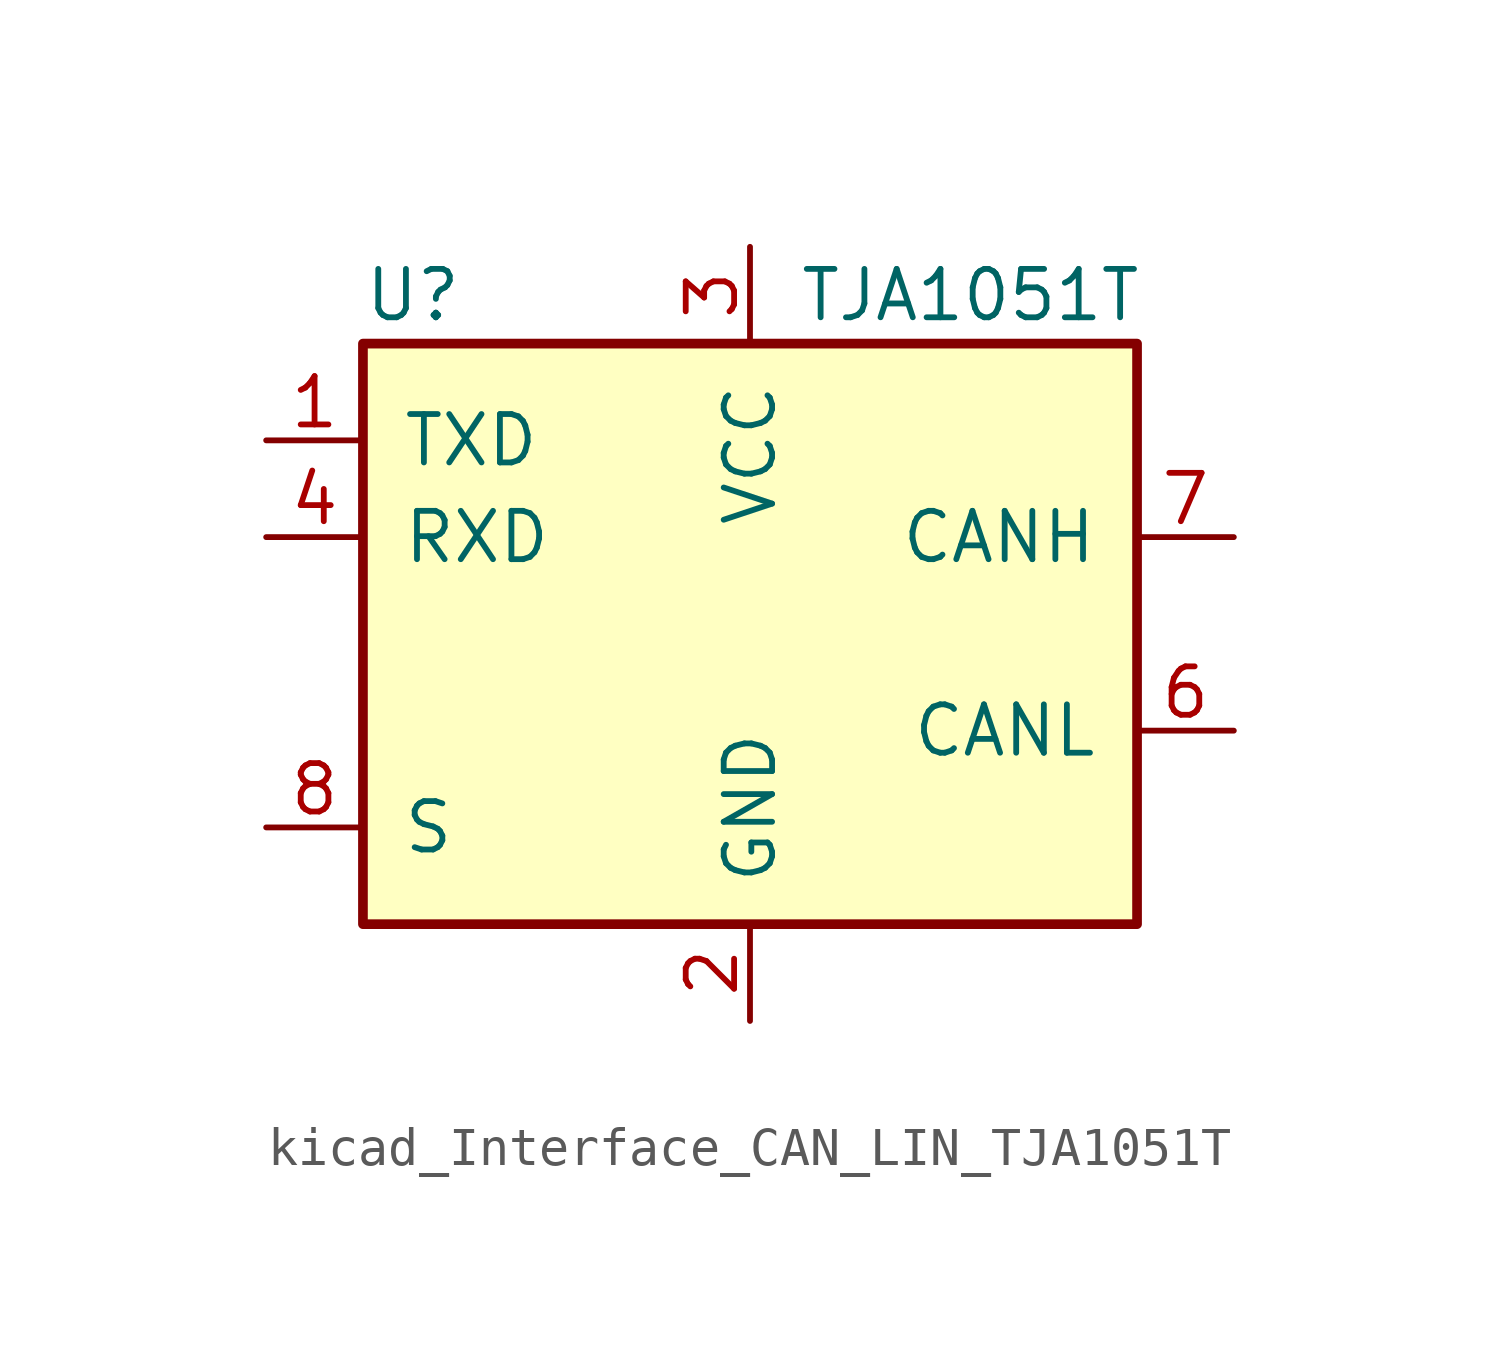
<source format=kicad_sym>
(kicad_symbol_lib
  (version 20220914)
  (generator kicad_symbol_editor)
  (symbol "kicad_Interface_CAN_LIN_TJA1051T"
    (pin_names
      (offset 1.016))
    (property "Reference" "U"
      (at -10.16 8.89 0)
      (effects (font (size 1.27 1.27)) (justify left)))
    (property "Value" "TJA1051T"
      (at 1.27 8.89 0)
      (effects (font (size 1.27 1.27)) (justify left)))
    (symbol "kicad_Interface_CAN_LIN_TJA1051T_0_1"
      (rectangle (start -10.16 7.62) (end 10.16 -7.62) (stroke (width 0.254) (type default)) (fill (type background))))
    (symbol "kicad_Interface_CAN_LIN_TJA1051T_1_1"
      (pin input line (at -12.7 5.08 0) (length 2.54) (name "TXD" (effects (font (size 1.27 1.27)))) (number "1" (effects (font (size 1.27 1.27)))))
      (pin power_in line (at 0 -10.16 90) (length 2.54) (name "GND" (effects (font (size 1.27 1.27)))) (number "2" (effects (font (size 1.27 1.27)))))
      (pin power_in line (at 0 10.16 270) (length 2.54) (name "VCC" (effects (font (size 1.27 1.27)))) (number "3" (effects (font (size 1.27 1.27)))))
      (pin output line (at -12.7 2.54 0) (length 2.54) (name "RXD" (effects (font (size 1.27 1.27)))) (number "4" (effects (font (size 1.27 1.27)))))
      (pin no_connect line (at -10.16 -2.54 0) (length 2.54) hide (name "NC" (effects (font (size 1.27 1.27)))) (number "5" (effects (font (size 1.27 1.27)))))
      (pin bidirectional line (at 12.7 -2.54 180) (length 2.54) (name "CANL" (effects (font (size 1.27 1.27)))) (number "6" (effects (font (size 1.27 1.27)))))
      (pin bidirectional line (at 12.7 2.54 180) (length 2.54) (name "CANH" (effects (font (size 1.27 1.27)))) (number "7" (effects (font (size 1.27 1.27)))))
      (pin input line (at -12.7 -5.08 0) (length 2.54) (name "S" (effects (font (size 1.27 1.27)))) (number "8" (effects (font (size 1.27 1.27))))))))
</source>
